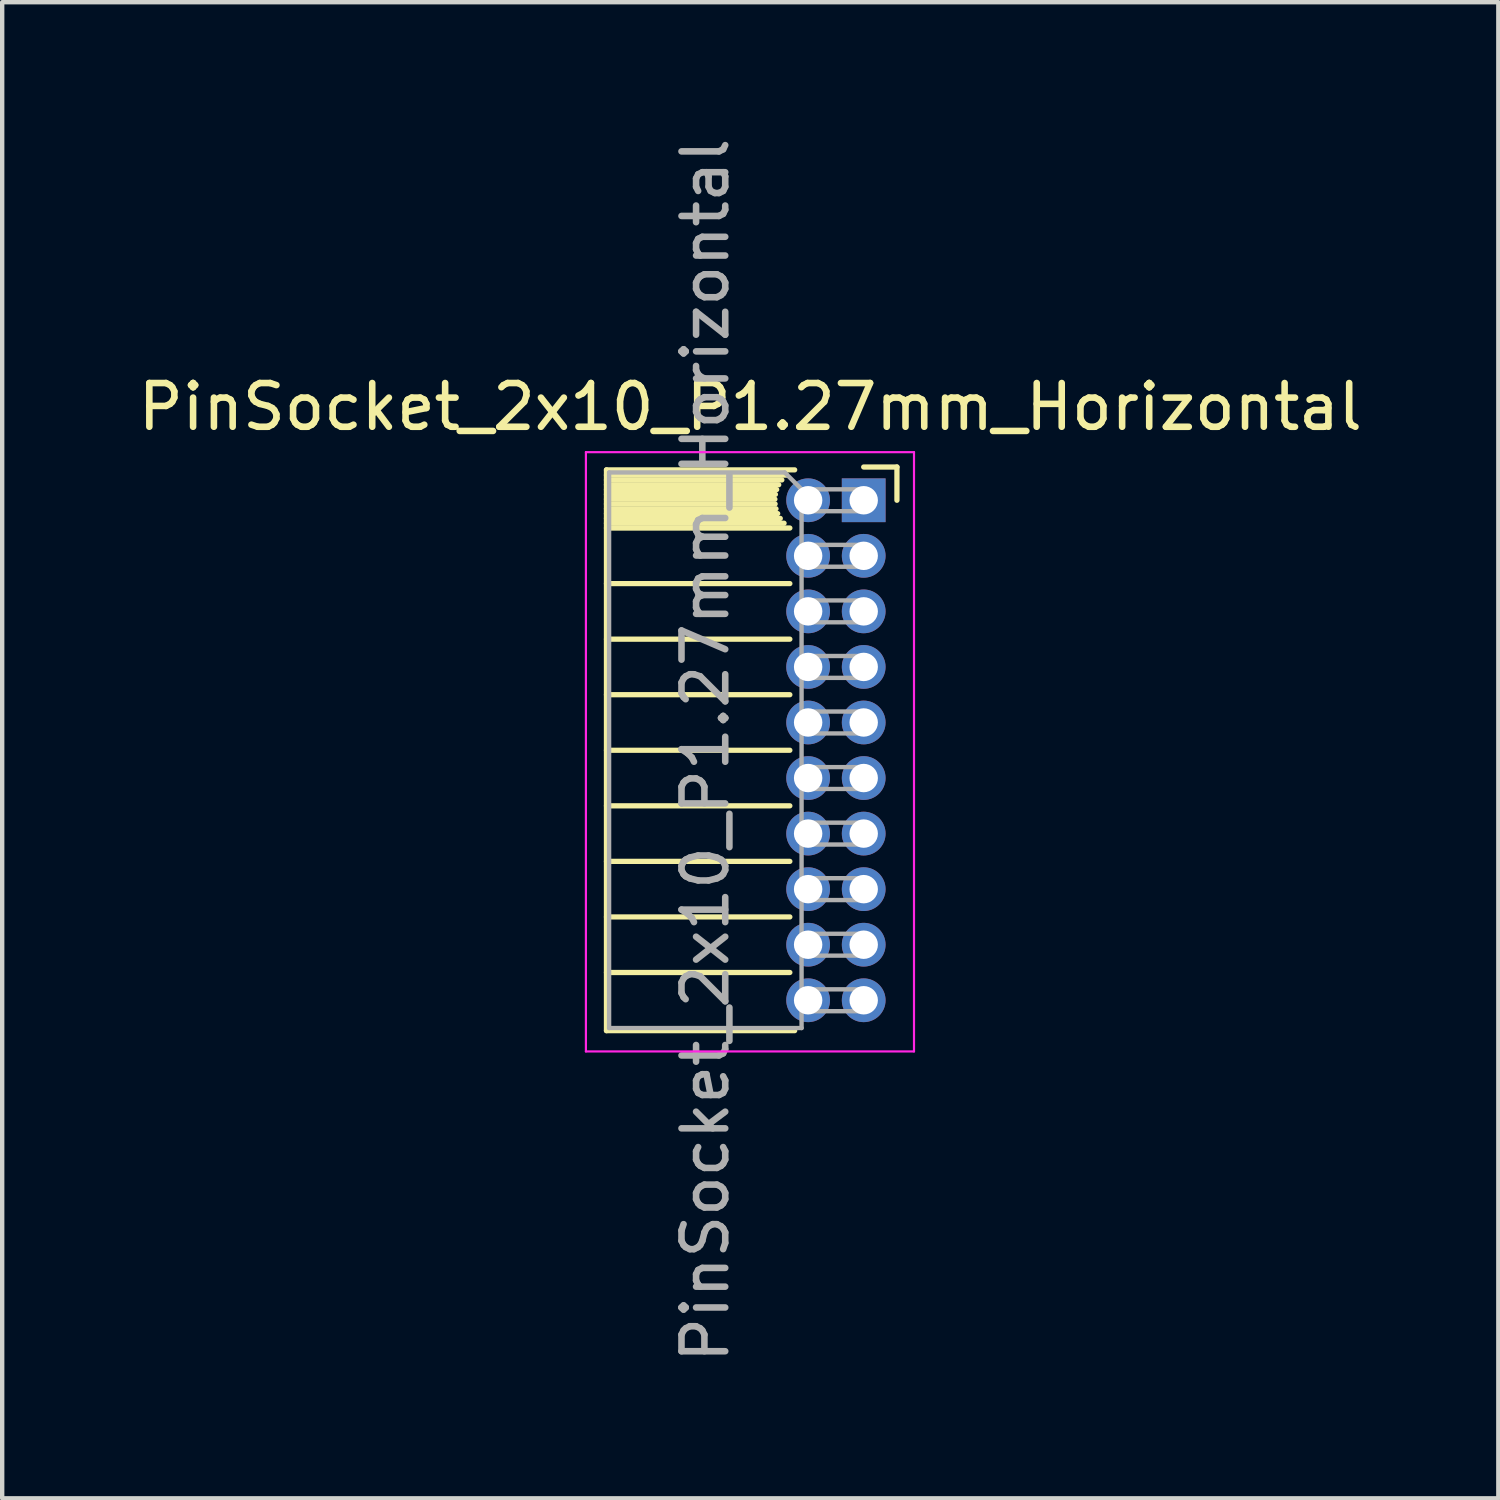
<source format=kicad_pcb>
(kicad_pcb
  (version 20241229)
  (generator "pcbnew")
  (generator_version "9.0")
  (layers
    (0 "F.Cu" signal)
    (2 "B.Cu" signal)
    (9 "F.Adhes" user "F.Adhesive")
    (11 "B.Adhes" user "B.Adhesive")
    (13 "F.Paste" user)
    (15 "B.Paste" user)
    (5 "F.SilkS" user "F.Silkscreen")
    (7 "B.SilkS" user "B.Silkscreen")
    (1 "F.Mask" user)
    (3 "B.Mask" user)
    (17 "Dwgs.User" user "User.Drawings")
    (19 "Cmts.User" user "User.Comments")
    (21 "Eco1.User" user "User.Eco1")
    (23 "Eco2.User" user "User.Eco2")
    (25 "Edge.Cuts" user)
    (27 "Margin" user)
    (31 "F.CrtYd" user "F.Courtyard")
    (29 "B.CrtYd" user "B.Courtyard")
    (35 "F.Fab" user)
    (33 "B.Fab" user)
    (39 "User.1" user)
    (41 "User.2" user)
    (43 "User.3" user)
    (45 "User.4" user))
  (footprint "PinSocket_2x10_P1.27mm_Horizontal"
    (layer "F.Cu")
    (at 16.694 8.386)
    (property "Reference" "PinSocket_2x10_P1.27mm_Horizontal" (at -2.592 -2.135 0) (layer "F.SilkS") (effects (font (size 1 1) (thickness 0.15))))
    (attr through_hole)
    (fp_line (start -5.88 -0.695) (end -5.88 12.125) (stroke (width 0.12) (type solid)) (layer "F.SilkS"))
    (fp_line (start -5.88 -0.695) (end -1.578 -0.695) (stroke (width 0.12) (type solid)) (layer "F.SilkS"))
    (fp_line (start -5.88 -0.575) (end -1.767 -0.575) (stroke (width 0.12) (type solid)) (layer "F.SilkS"))
    (fp_line (start -5.88 -0.465) (end -1.871 -0.465) (stroke (width 0.12) (type solid)) (layer "F.SilkS"))
    (fp_line (start -5.88 -0.355) (end -1.942 -0.355) (stroke (width 0.12) (type solid)) (layer "F.SilkS"))
    (fp_line (start -5.88 -0.245) (end -1.989 -0.245) (stroke (width 0.12) (type solid)) (layer "F.SilkS"))
    (fp_line (start -5.88 -0.135) (end -2.018 -0.135) (stroke (width 0.12) (type solid)) (layer "F.SilkS"))
    (fp_line (start -5.88 -0.025) (end -2.03 -0.025) (stroke (width 0.12) (type solid)) (layer "F.SilkS"))
    (fp_line (start -5.88 0.085) (end -2.025 0.085) (stroke (width 0.12) (type solid)) (layer "F.SilkS"))
    (fp_line (start -5.88 0.195) (end -2.005 0.195) (stroke (width 0.12) (type solid)) (layer "F.SilkS"))
    (fp_line (start -5.88 0.305) (end -1.966 0.305) (stroke (width 0.12) (type solid)) (layer "F.SilkS"))
    (fp_line (start -5.88 0.415) (end -1.907 0.415) (stroke (width 0.12) (type solid)) (layer "F.SilkS"))
    (fp_line (start -5.88 0.525) (end -1.82 0.525) (stroke (width 0.12) (type solid)) (layer "F.SilkS"))
    (fp_line (start -5.88 0.635) (end -1.688 0.635) (stroke (width 0.12) (type solid)) (layer "F.SilkS"))
    (fp_line (start -5.88 1.905) (end -1.688 1.905) (stroke (width 0.12) (type solid)) (layer "F.SilkS"))
    (fp_line (start -5.88 3.175) (end -1.688 3.175) (stroke (width 0.12) (type solid)) (layer "F.SilkS"))
    (fp_line (start -5.88 4.445) (end -1.688 4.445) (stroke (width 0.12) (type solid)) (layer "F.SilkS"))
    (fp_line (start -5.88 5.715) (end -1.688 5.715) (stroke (width 0.12) (type solid)) (layer "F.SilkS"))
    (fp_line (start -5.88 6.985) (end -1.688 6.985) (stroke (width 0.12) (type solid)) (layer "F.SilkS"))
    (fp_line (start -5.88 8.255) (end -1.688 8.255) (stroke (width 0.12) (type solid)) (layer "F.SilkS"))
    (fp_line (start -5.88 9.525) (end -1.688 9.525) (stroke (width 0.12) (type solid)) (layer "F.SilkS"))
    (fp_line (start -5.88 10.795) (end -1.688 10.795) (stroke (width 0.12) (type solid)) (layer "F.SilkS"))
    (fp_line (start -5.88 12.125) (end -1.578 12.125) (stroke (width 0.12) (type solid)) (layer "F.SilkS"))
    (fp_line (start 0 -0.76) (end 0.76 -0.76) (stroke (width 0.12) (type solid)) (layer "F.SilkS"))
    (fp_line (start 0.76 -0.76) (end 0.76 0) (stroke (width 0.12) (type solid)) (layer "F.SilkS"))
    (fp_line (start -6.35 -1.1) (end -6.35 12.6) (stroke (width 0.05) (type solid)) (layer "F.CrtYd"))
    (fp_line (start -6.35 12.6) (end 1.15 12.6) (stroke (width 0.05) (type solid)) (layer "F.CrtYd"))
    (fp_line (start 1.15 -1.1) (end -6.35 -1.1) (stroke (width 0.05) (type solid)) (layer "F.CrtYd"))
    (fp_line (start 1.15 12.6) (end 1.15 -1.1) (stroke (width 0.05) (type solid)) (layer "F.CrtYd"))
    (fp_line (start -5.82 -0.635) (end -1.805 -0.635) (stroke (width 0.1) (type solid)) (layer "F.Fab"))
    (fp_line (start -5.82 12.065) (end -5.82 -0.635) (stroke (width 0.1) (type solid)) (layer "F.Fab"))
    (fp_line (start -1.805 -0.635) (end -1.42 -0.25) (stroke (width 0.1) (type solid)) (layer "F.Fab"))
    (fp_line (start -1.42 -0.25) (end -1.42 12.065) (stroke (width 0.1) (type solid)) (layer "F.Fab"))
    (fp_line (start -1.42 0.25) (end 0 0.25) (stroke (width 0.1) (type solid)) (layer "F.Fab"))
    (fp_line (start -1.42 1.52) (end 0 1.52) (stroke (width 0.1) (type solid)) (layer "F.Fab"))
    (fp_line (start -1.42 2.79) (end 0 2.79) (stroke (width 0.1) (type solid)) (layer "F.Fab"))
    (fp_line (start -1.42 4.06) (end 0 4.06) (stroke (width 0.1) (type solid)) (layer "F.Fab"))
    (fp_line (start -1.42 5.33) (end 0 5.33) (stroke (width 0.1) (type solid)) (layer "F.Fab"))
    (fp_line (start -1.42 6.6) (end 0 6.6) (stroke (width 0.1) (type solid)) (layer "F.Fab"))
    (fp_line (start -1.42 7.87) (end 0 7.87) (stroke (width 0.1) (type solid)) (layer "F.Fab"))
    (fp_line (start -1.42 9.14) (end 0 9.14) (stroke (width 0.1) (type solid)) (layer "F.Fab"))
    (fp_line (start -1.42 10.41) (end 0 10.41) (stroke (width 0.1) (type solid)) (layer "F.Fab"))
    (fp_line (start -1.42 11.68) (end 0 11.68) (stroke (width 0.1) (type solid)) (layer "F.Fab"))
    (fp_line (start -1.42 12.065) (end -5.82 12.065) (stroke (width 0.1) (type solid)) (layer "F.Fab"))
    (fp_line (start 0 -0.25) (end -1.42 -0.25) (stroke (width 0.1) (type solid)) (layer "F.Fab"))
    (fp_line (start 0 0.25) (end 0 -0.25) (stroke (width 0.1) (type solid)) (layer "F.Fab"))
    (fp_line (start 0 1.02) (end -1.42 1.02) (stroke (width 0.1) (type solid)) (layer "F.Fab"))
    (fp_line (start 0 1.52) (end 0 1.02) (stroke (width 0.1) (type solid)) (layer "F.Fab"))
    (fp_line (start 0 2.29) (end -1.42 2.29) (stroke (width 0.1) (type solid)) (layer "F.Fab"))
    (fp_line (start 0 2.79) (end 0 2.29) (stroke (width 0.1) (type solid)) (layer "F.Fab"))
    (fp_line (start 0 3.56) (end -1.42 3.56) (stroke (width 0.1) (type solid)) (layer "F.Fab"))
    (fp_line (start 0 4.06) (end 0 3.56) (stroke (width 0.1) (type solid)) (layer "F.Fab"))
    (fp_line (start 0 4.83) (end -1.42 4.83) (stroke (width 0.1) (type solid)) (layer "F.Fab"))
    (fp_line (start 0 5.33) (end 0 4.83) (stroke (width 0.1) (type solid)) (layer "F.Fab"))
    (fp_line (start 0 6.1) (end -1.42 6.1) (stroke (width 0.1) (type solid)) (layer "F.Fab"))
    (fp_line (start 0 6.6) (end 0 6.1) (stroke (width 0.1) (type solid)) (layer "F.Fab"))
    (fp_line (start 0 7.37) (end -1.42 7.37) (stroke (width 0.1) (type solid)) (layer "F.Fab"))
    (fp_line (start 0 7.87) (end 0 7.37) (stroke (width 0.1) (type solid)) (layer "F.Fab"))
    (fp_line (start 0 8.64) (end -1.42 8.64) (stroke (width 0.1) (type solid)) (layer "F.Fab"))
    (fp_line (start 0 9.14) (end 0 8.64) (stroke (width 0.1) (type solid)) (layer "F.Fab"))
    (fp_line (start 0 9.91) (end -1.42 9.91) (stroke (width 0.1) (type solid)) (layer "F.Fab"))
    (fp_line (start 0 10.41) (end 0 9.91) (stroke (width 0.1) (type solid)) (layer "F.Fab"))
    (fp_line (start 0 11.18) (end -1.42 11.18) (stroke (width 0.1) (type solid)) (layer "F.Fab"))
    (fp_line (start 0 11.68) (end 0 11.18) (stroke (width 0.1) (type solid)) (layer "F.Fab"))
    (fp_text user "${REFERENCE}" (at -3.62 5.715 90) (layer "F.Fab") (effects (font (size 1 1) (thickness 0.15))))
    (pad "1" thru_hole rect (at 0 0) (size 1 1) (drill 0.65) (layers "*.Cu" "*.Mask"))
    (pad "2" thru_hole oval (at -1.27 0) (size 1 1) (drill 0.65) (layers "*.Cu" "*.Mask"))
    (pad "3" thru_hole oval (at 0 1.27) (size 1 1) (drill 0.65) (layers "*.Cu" "*.Mask"))
    (pad "4" thru_hole oval (at -1.27 1.27) (size 1 1) (drill 0.65) (layers "*.Cu" "*.Mask"))
    (pad "5" thru_hole oval (at 0 2.54) (size 1 1) (drill 0.65) (layers "*.Cu" "*.Mask"))
    (pad "6" thru_hole oval (at -1.27 2.54) (size 1 1) (drill 0.65) (layers "*.Cu" "*.Mask"))
    (pad "7" thru_hole oval (at 0 3.81) (size 1 1) (drill 0.65) (layers "*.Cu" "*.Mask"))
    (pad "8" thru_hole oval (at -1.27 3.81) (size 1 1) (drill 0.65) (layers "*.Cu" "*.Mask"))
    (pad "9" thru_hole oval (at 0 5.08) (size 1 1) (drill 0.65) (layers "*.Cu" "*.Mask"))
    (pad "10" thru_hole oval (at -1.27 5.08) (size 1 1) (drill 0.65) (layers "*.Cu" "*.Mask"))
    (pad "11" thru_hole oval (at 0 6.35) (size 1 1) (drill 0.65) (layers "*.Cu" "*.Mask"))
    (pad "12" thru_hole oval (at -1.27 6.35) (size 1 1) (drill 0.65) (layers "*.Cu" "*.Mask"))
    (pad "13" thru_hole oval (at 0 7.62) (size 1 1) (drill 0.65) (layers "*.Cu" "*.Mask"))
    (pad "14" thru_hole oval (at -1.27 7.62) (size 1 1) (drill 0.65) (layers "*.Cu" "*.Mask"))
    (pad "15" thru_hole oval (at 0 8.89) (size 1 1) (drill 0.65) (layers "*.Cu" "*.Mask"))
    (pad "16" thru_hole oval (at -1.27 8.89) (size 1 1) (drill 0.65) (layers "*.Cu" "*.Mask"))
    (pad "17" thru_hole oval (at 0 10.16) (size 1 1) (drill 0.65) (layers "*.Cu" "*.Mask"))
    (pad "18" thru_hole oval (at -1.27 10.16) (size 1 1) (drill 0.65) (layers "*.Cu" "*.Mask"))
    (pad "19" thru_hole oval (at 0 11.43) (size 1 1) (drill 0.65) (layers "*.Cu" "*.Mask"))
    (pad "20" thru_hole oval (at -1.27 11.43) (size 1 1) (drill 0.65) (layers "*.Cu" "*.Mask")))
  (gr_rect
    (start -3 -3)
    (end 31.202 31.202)
    (stroke (width 0.1) (type default))
    (fill no)
    (layer "Edge.Cuts")))
</source>
